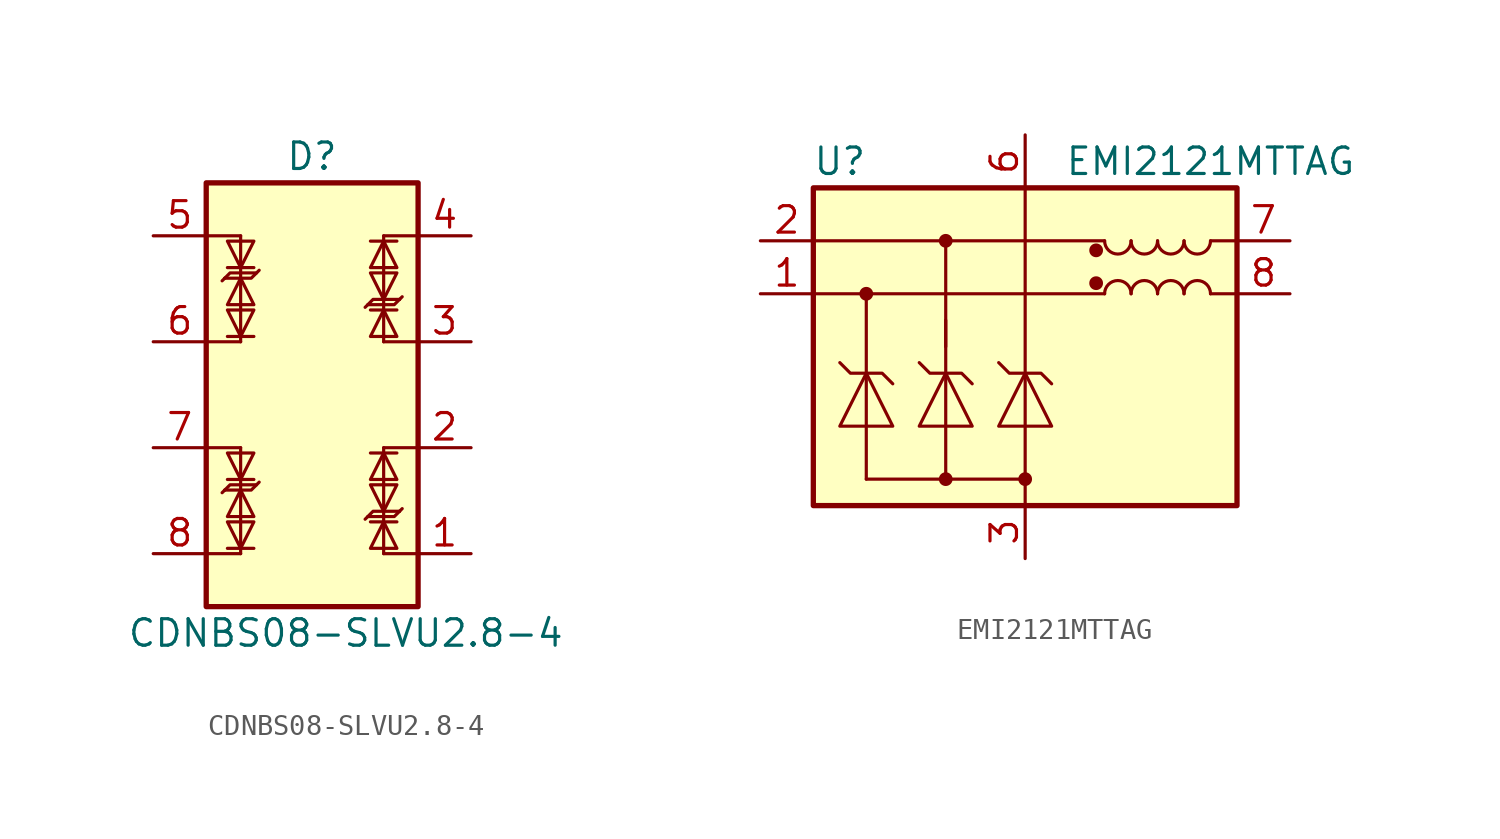
<source format=kicad_sym>
(kicad_symbol_lib
  (version 20201005)
  (generator kicad_symbol_editor)
  (symbol "CDNBS08-SLVU2.8-4"
    (pin_names hide)
    (property "Reference" "D"
      (at 1.27 11.43 0)
      (effects (font (size 1.27 1.27)) (justify right)))
    (property "Value" "CDNBS08-SLVU2.8-4"
      (at -8.89 -11.43 0)
      (effects (font (size 1.27 1.27)) (justify left)))
    (symbol "CDNBS08-SLVU2.8-4_0_1"
      (rectangle (start -5.08 10.16) (end 5.08 -10.16) (stroke (width 0.254)) (fill (type background)))
      (polyline (pts (xy -5.08 -7.62) (xy -3.429 -7.62)) (stroke (width 0)) (fill (type none)))
      (polyline (pts (xy -5.08 -2.54) (xy -3.429 -2.54)) (stroke (width 0)) (fill (type none)))
      (polyline (pts (xy -5.08 2.54) (xy -3.429 2.54)) (stroke (width 0)) (fill (type none)))
      (polyline (pts (xy -5.08 7.62) (xy -3.429 7.62)) (stroke (width 0)) (fill (type none)))
      (polyline (pts (xy -4.318 -4.699) (xy -4.191 -4.572)) (stroke (width 0)) (fill (type none)))
      (polyline (pts (xy -4.318 5.461) (xy -4.191 5.588)) (stroke (width 0)) (fill (type none)))
      (polyline (pts (xy -4.064 -7.366) (xy -2.794 -7.366)) (stroke (width 0)) (fill (type none)))
      (polyline (pts (xy -4.064 -4.064) (xy -2.794 -4.064)) (stroke (width 0)) (fill (type none)))
      (polyline (pts (xy -4.064 2.794) (xy -2.794 2.794)) (stroke (width 0)) (fill (type none)))
      (polyline (pts (xy -4.064 6.096) (xy -2.794 6.096)) (stroke (width 0)) (fill (type none)))
      (polyline (pts (xy -3.429 -7.62) (xy -3.429 -2.54)) (stroke (width 0)) (fill (type none)))
      (polyline (pts (xy -3.429 2.54) (xy -3.429 7.62)) (stroke (width 0)) (fill (type none)))
      (polyline (pts (xy 3.429 -2.54) (xy 3.429 -7.62)) (stroke (width 0)) (fill (type none)))
      (polyline (pts (xy 3.429 7.62) (xy 3.429 2.54)) (stroke (width 0)) (fill (type none)))
      (polyline (pts (xy 4.064 -6.096) (xy 2.794 -6.096)) (stroke (width 0)) (fill (type none)))
      (polyline (pts (xy 4.064 -2.794) (xy 2.794 -2.794)) (stroke (width 0)) (fill (type none)))
      (polyline (pts (xy 4.064 4.064) (xy 2.794 4.064)) (stroke (width 0)) (fill (type none)))
      (polyline (pts (xy 4.064 7.366) (xy 2.794 7.366)) (stroke (width 0)) (fill (type none)))
      (polyline (pts (xy 4.318 -5.461) (xy 4.191 -5.588)) (stroke (width 0)) (fill (type none)))
      (polyline (pts (xy 4.318 4.699) (xy 4.191 4.572)) (stroke (width 0)) (fill (type none)))
      (polyline (pts (xy 5.08 -7.62) (xy 3.429 -7.62)) (stroke (width 0)) (fill (type none)))
      (polyline (pts (xy 5.08 -2.54) (xy 3.429 -2.54)) (stroke (width 0)) (fill (type none)))
      (polyline (pts (xy 5.08 2.54) (xy 3.429 2.54)) (stroke (width 0)) (fill (type none)))
      (polyline (pts (xy 5.08 7.62) (xy 3.429 7.62)) (stroke (width 0)) (fill (type none)))
      (polyline (pts (xy -4.191 -4.572) (xy -3.937 -4.318) (xy -2.667 -4.318)) (stroke (width 0)) (fill (type none)))
      (polyline (pts (xy -4.191 -4.572) (xy -2.921 -4.572) (xy -2.54 -4.191)) (stroke (width 0)) (fill (type none)))
      (polyline (pts (xy -4.191 5.588) (xy -3.937 5.842) (xy -2.667 5.842)) (stroke (width 0)) (fill (type none)))
      (polyline (pts (xy -4.191 5.588) (xy -2.921 5.588) (xy -2.54 5.969)) (stroke (width 0)) (fill (type none)))
      (polyline (pts (xy 4.191 -5.588) (xy 2.921 -5.588) (xy 2.54 -5.969)) (stroke (width 0)) (fill (type none)))
      (polyline (pts (xy 4.191 -5.588) (xy 3.937 -5.842) (xy 2.667 -5.842)) (stroke (width 0)) (fill (type none)))
      (polyline (pts (xy 4.191 4.572) (xy 2.921 4.572) (xy 2.54 4.191)) (stroke (width 0)) (fill (type none)))
      (polyline (pts (xy 4.191 4.572) (xy 3.937 4.318) (xy 2.667 4.318)) (stroke (width 0)) (fill (type none)))
      (polyline (pts (xy -3.429 -7.366) (xy -4.064 -6.096) (xy -2.794 -6.096) (xy -3.429 -7.366)) (stroke (width 0)) (fill (type none)))
      (polyline (pts (xy -3.429 -4.572) (xy -2.794 -5.842) (xy -4.064 -5.842) (xy -3.429 -4.572)) (stroke (width 0)) (fill (type none)))
      (polyline (pts (xy -3.429 -4.064) (xy -4.064 -2.794) (xy -2.794 -2.794) (xy -3.429 -4.064)) (stroke (width 0)) (fill (type none)))
      (polyline (pts (xy -3.429 2.794) (xy -4.064 4.064) (xy -2.794 4.064) (xy -3.429 2.794)) (stroke (width 0)) (fill (type none)))
      (polyline (pts (xy -3.429 5.588) (xy -2.794 4.318) (xy -4.064 4.318) (xy -3.429 5.588)) (stroke (width 0)) (fill (type none)))
      (polyline (pts (xy -3.429 6.096) (xy -4.064 7.366) (xy -2.794 7.366) (xy -3.429 6.096)) (stroke (width 0)) (fill (type none)))
      (polyline (pts (xy 3.429 -6.096) (xy 4.064 -7.366) (xy 2.794 -7.366) (xy 3.429 -6.096)) (stroke (width 0)) (fill (type none)))
      (polyline (pts (xy 3.429 -5.588) (xy 2.794 -4.318) (xy 4.064 -4.318) (xy 3.429 -5.588)) (stroke (width 0)) (fill (type none)))
      (polyline (pts (xy 3.429 -2.794) (xy 4.064 -4.064) (xy 2.794 -4.064) (xy 3.429 -2.794)) (stroke (width 0)) (fill (type none)))
      (polyline (pts (xy 3.429 4.064) (xy 4.064 2.794) (xy 2.794 2.794) (xy 3.429 4.064)) (stroke (width 0)) (fill (type none)))
      (polyline (pts (xy 3.429 4.572) (xy 2.794 5.842) (xy 4.064 5.842) (xy 3.429 4.572)) (stroke (width 0)) (fill (type none)))
      (polyline (pts (xy 3.429 7.366) (xy 4.064 6.096) (xy 2.794 6.096) (xy 3.429 7.366)) (stroke (width 0)) (fill (type none))))
    (symbol "CDNBS08-SLVU2.8-4_1_1"
      (pin passive line (at 7.62 -7.62 180) (length 2.54) (name "TVS1" (effects (font (size 1.27 1.27)))) (number "1" (effects (font (size 1.27 1.27)))))
      (pin passive line (at 7.62 -2.54 180) (length 2.54) (name "TVS2" (effects (font (size 1.27 1.27)))) (number "2" (effects (font (size 1.27 1.27)))))
      (pin passive line (at 7.62 2.54 180) (length 2.54) (name "TVS1" (effects (font (size 1.27 1.27)))) (number "3" (effects (font (size 1.27 1.27)))))
      (pin passive line (at 7.62 7.62 180) (length 2.54) (name "TVS2" (effects (font (size 1.27 1.27)))) (number "4" (effects (font (size 1.27 1.27)))))
      (pin passive line (at -7.62 7.62 0) (length 2.54) (name "TVS1" (effects (font (size 1.27 1.27)))) (number "5" (effects (font (size 1.27 1.27)))))
      (pin passive line (at -7.62 2.54 0) (length 2.54) (name "TVS2" (effects (font (size 1.27 1.27)))) (number "6" (effects (font (size 1.27 1.27)))))
      (pin passive line (at -7.62 -2.54 0) (length 2.54) (name "TVS1" (effects (font (size 1.27 1.27)))) (number "7" (effects (font (size 1.27 1.27)))))
      (pin passive line (at -7.62 -7.62 0) (length 2.54) (name "TVS2" (effects (font (size 1.27 1.27)))) (number "8" (effects (font (size 1.27 1.27)))))))
  (symbol "EMI2121MTTAG"
    (pin_names
      (offset 0.025) hide)
    (property "Reference" "U"
      (at -8.89 8.89 0)
      (effects (font (size 1.27 1.27))))
    (property "Value" "EMI2121MTTAG"
      (at 8.89 8.89 0)
      (effects (font (size 1.27 1.27))))
    (symbol "EMI2121MTTAG_0_1"
      (arc (start 3.81 5.08) (end 5.08 5.08) (radius (at 4.445 5.08) (length 0.635) (angles -179.9 -0.1)) (stroke (width 0)) (fill (type none)))
      (arc (start 5.08 5.08) (end 6.35 5.08) (radius (at 5.715 5.08) (length 0.635) (angles -179.9 -0.1)) (stroke (width 0)) (fill (type none)))
      (arc (start 6.35 5.08) (end 7.62 5.08) (radius (at 6.985 5.08) (length 0.635) (angles -179.9 -0.1)) (stroke (width 0)) (fill (type none)))
      (arc (start 7.62 5.08) (end 8.89 5.08) (radius (at 8.255 5.08) (length 0.635) (angles -179.9 -0.1)) (stroke (width 0)) (fill (type none)))
      (rectangle (start -10.16 7.62) (end 10.16 -7.62) (stroke (width 0.254)) (fill (type background)))
      (polyline (pts (xy -10.16 2.54) (xy 3.81 2.54)) (stroke (width 0)) (fill (type none)))
      (polyline (pts (xy -10.16 5.08) (xy 3.81 5.08)) (stroke (width 0)) (fill (type none)))
      (polyline (pts (xy -7.62 -6.35) (xy 0 -6.35)) (stroke (width 0)) (fill (type none)))
      (polyline (pts (xy -3.81 0) (xy -3.81 5.08)) (stroke (width 0)) (fill (type none)))
      (polyline (pts (xy 0 -6.35) (xy 0 -7.62)) (stroke (width 0)) (fill (type none)))
      (polyline (pts (xy 8.89 2.54) (xy 10.16 2.54)) (stroke (width 0)) (fill (type none)))
      (polyline (pts (xy 8.89 5.08) (xy 10.16 5.08)) (stroke (width 0)) (fill (type none)))
      (polyline (pts (xy 0 7.62) (xy 0 1.27) (xy 0 -1.27)) (stroke (width 0)) (fill (type none))))
    (symbol "EMI2121MTTAG_1_1"
      (arc (start 5.08 2.54) (end 3.81 2.54) (radius (at 4.445 2.54) (length 0.635) (angles 0.1 179.9)) (stroke (width 0)) (fill (type none)))
      (arc (start 6.35 2.54) (end 5.08 2.54) (radius (at 5.715 2.54) (length 0.635) (angles 0.1 179.9)) (stroke (width 0)) (fill (type none)))
      (arc (start 7.62 2.54) (end 6.35 2.54) (radius (at 6.985 2.54) (length 0.635) (angles 0.1 179.9)) (stroke (width 0)) (fill (type none)))
      (arc (start 8.89 2.54) (end 7.62 2.54) (radius (at 8.255 2.54) (length 0.635) (angles 0.1 179.9)) (stroke (width 0)) (fill (type none)))
      (circle (center -7.62 2.54) (radius 0.254) (stroke (width 0)) (fill (type outline)))
      (circle (center -3.81 -6.35) (radius 0.254) (stroke (width 0)) (fill (type outline)))
      (circle (center -3.81 5.08) (radius 0.254) (stroke (width 0)) (fill (type outline)))
      (circle (center 0 -6.35) (radius 0.254) (stroke (width 0)) (fill (type outline)))
      (circle (center 3.404 3.048) (radius 0.254) (stroke (width 0)) (fill (type outline)))
      (circle (center 3.404 4.623) (radius 0.254) (stroke (width 0)) (fill (type outline)))
      (polyline (pts (xy -7.62 -6.35) (xy -7.62 -1.27)) (stroke (width 0)) (fill (type none)))
      (polyline (pts (xy -7.62 -1.27) (xy -7.62 2.54)) (stroke (width 0)) (fill (type none)))
      (polyline (pts (xy -3.81 -6.35) (xy -3.81 -1.27)) (stroke (width 0)) (fill (type none)))
      (polyline (pts (xy -3.81 -1.27) (xy -3.81 1.27)) (stroke (width 0)) (fill (type none)))
      (polyline (pts (xy 0 -6.35) (xy 0 -1.27)) (stroke (width 0)) (fill (type none)))
      (polyline (pts (xy -8.89 -3.81) (xy -6.35 -3.81) (xy -7.62 -1.27) (xy -8.89 -3.81)) (stroke (width 0)) (fill (type none)))
      (polyline (pts (xy -6.35 -1.778) (xy -6.858 -1.27) (xy -8.382 -1.27) (xy -8.89 -0.762)) (stroke (width 0)) (fill (type none)))
      (polyline (pts (xy -5.08 -3.81) (xy -2.54 -3.81) (xy -3.81 -1.27) (xy -5.08 -3.81)) (stroke (width 0)) (fill (type none)))
      (polyline (pts (xy -2.54 -1.778) (xy -3.048 -1.27) (xy -4.572 -1.27) (xy -5.08 -0.762)) (stroke (width 0)) (fill (type none)))
      (polyline (pts (xy -1.27 -3.81) (xy 1.27 -3.81) (xy 0 -1.27) (xy -1.27 -3.81)) (stroke (width 0)) (fill (type none)))
      (polyline (pts (xy 1.27 -1.778) (xy 0.762 -1.27) (xy -0.762 -1.27) (xy -1.27 -0.762)) (stroke (width 0)) (fill (type none)))
      (pin passive line (at -12.7 2.54 0) (length 2.54) (name "In_1+" (effects (font (size 1.27 1.27)))) (number "1" (effects (font (size 1.27 1.27)))))
      (pin passive line (at -12.7 5.08 0) (length 2.54) (name "In_1-" (effects (font (size 1.27 1.27)))) (number "2" (effects (font (size 1.27 1.27)))))
      (pin power_in line (at 0 -10.16 90) (length 2.54) (name "GND" (effects (font (size 1.27 1.27)))) (number "3" (effects (font (size 1.27 1.27)))))
      (pin passive line (at 0 -10.16 90) (length 2.54) hide (name "GND" (effects (font (size 1.27 1.27)))) (number "4" (effects (font (size 1.27 1.27)))))
      (pin passive line (at 0 -10.16 90) (length 2.54) hide (name "GND" (effects (font (size 1.27 1.27)))) (number "5" (effects (font (size 1.27 1.27)))))
      (pin power_in line (at 0 10.16 270) (length 2.54) (name "VDD" (effects (font (size 1.27 1.27)))) (number "6" (effects (font (size 1.27 1.27)))))
      (pin passive line (at 12.7 5.08 180) (length 2.54) (name "Out_1-" (effects (font (size 1.27 1.27)))) (number "7" (effects (font (size 1.27 1.27)))))
      (pin passive line (at 12.7 2.54 180) (length 2.54) (name "Out_1+" (effects (font (size 1.27 1.27)))) (number "8" (effects (font (size 1.27 1.27)))))
      (pin passive line (at 0 -10.16 90) (length 2.54) hide (name "GND" (effects (font (size 1.27 1.27)))) (number "9" (effects (font (size 1.27 1.27))))))))
</source>
